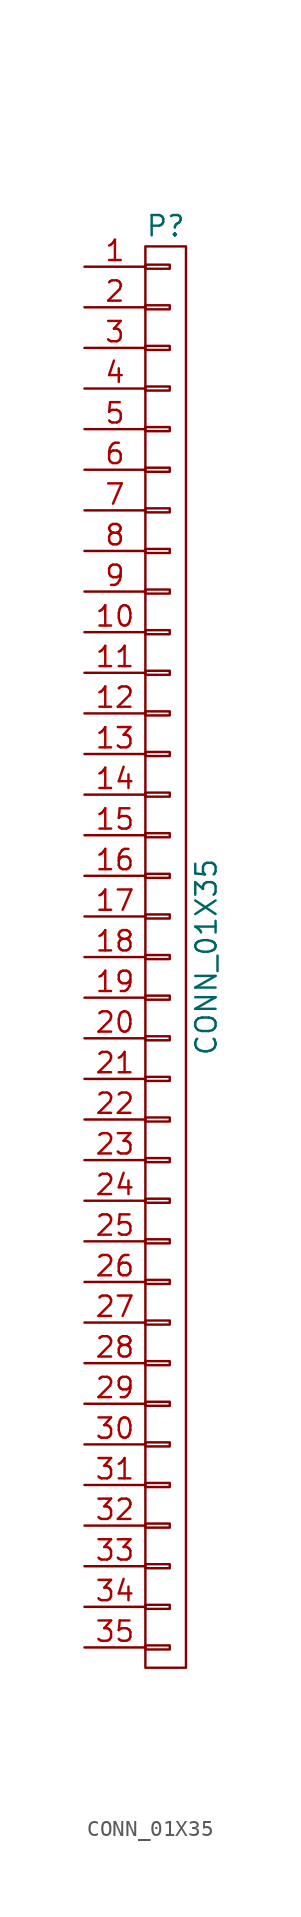
<source format=kicad_sym>
(kicad_symbol_lib
  (version 20231120)
  (generator "kicad_symbol_editor")
  (generator_version "8.0")
  (symbol "CONN_01X35"
    (pin_names
      (offset 1.016) hide)
    (property "Reference" "P"
      (at 0 45.72 0)
      (effects (font (size 1.27 1.27))))
    (property "Value" "CONN_01X35"
      (at 2.54 0 90)
      (effects (font (size 1.27 1.27))))
    (property "Footprint" ""
      (at 0 0 0)
      (effects (font (size 1.27 1.27))))
    (property "Datasheet" ""
      (at 0 0 0)
      (effects (font (size 1.27 1.27))))
    (symbol "CONN_01X35_0_1"
      (rectangle (start -1.27 -44.45) (end 1.27 44.45) (stroke (width 0) (type solid)) (fill (type none)))
      (rectangle (start -1.27 -43.053) (end 0.254 -43.307) (stroke (width 0) (type solid)) (fill (type none)))
      (rectangle (start -1.27 -40.513) (end 0.254 -40.767) (stroke (width 0) (type solid)) (fill (type none)))
      (rectangle (start -1.27 -37.973) (end 0.254 -38.227) (stroke (width 0) (type solid)) (fill (type none)))
      (rectangle (start -1.27 -35.433) (end 0.254 -35.687) (stroke (width 0) (type solid)) (fill (type none)))
      (rectangle (start -1.27 -32.893) (end 0.254 -33.147) (stroke (width 0) (type solid)) (fill (type none)))
      (rectangle (start -1.27 -30.353) (end 0.254 -30.607) (stroke (width 0) (type solid)) (fill (type none)))
      (rectangle (start -1.27 -27.813) (end 0.254 -28.067) (stroke (width 0) (type solid)) (fill (type none)))
      (rectangle (start -1.27 -25.273) (end 0.254 -25.527) (stroke (width 0) (type solid)) (fill (type none)))
      (rectangle (start -1.27 -22.733) (end 0.254 -22.987) (stroke (width 0) (type solid)) (fill (type none)))
      (rectangle (start -1.27 -20.193) (end 0.254 -20.447) (stroke (width 0) (type solid)) (fill (type none)))
      (rectangle (start -1.27 -17.653) (end 0.254 -17.907) (stroke (width 0) (type solid)) (fill (type none)))
      (rectangle (start -1.27 -15.113) (end 0.254 -15.367) (stroke (width 0) (type solid)) (fill (type none)))
      (rectangle (start -1.27 -12.573) (end 0.254 -12.827) (stroke (width 0) (type solid)) (fill (type none)))
      (rectangle (start -1.27 -10.033) (end 0.254 -10.287) (stroke (width 0) (type solid)) (fill (type none)))
      (rectangle (start -1.27 -7.493) (end 0.254 -7.747) (stroke (width 0) (type solid)) (fill (type none)))
      (rectangle (start -1.27 -4.953) (end 0.254 -5.207) (stroke (width 0) (type solid)) (fill (type none)))
      (rectangle (start -1.27 -2.413) (end 0.254 -2.667) (stroke (width 0) (type solid)) (fill (type none)))
      (rectangle (start -1.27 0.127) (end 0.254 -0.127) (stroke (width 0) (type solid)) (fill (type none)))
      (rectangle (start -1.27 2.667) (end 0.254 2.413) (stroke (width 0) (type solid)) (fill (type none)))
      (rectangle (start -1.27 5.207) (end 0.254 4.953) (stroke (width 0) (type solid)) (fill (type none)))
      (rectangle (start -1.27 7.747) (end 0.254 7.493) (stroke (width 0) (type solid)) (fill (type none)))
      (rectangle (start -1.27 10.287) (end 0.254 10.033) (stroke (width 0) (type solid)) (fill (type none)))
      (rectangle (start -1.27 12.827) (end 0.254 12.573) (stroke (width 0) (type solid)) (fill (type none)))
      (rectangle (start -1.27 15.367) (end 0.254 15.113) (stroke (width 0) (type solid)) (fill (type none)))
      (rectangle (start -1.27 17.907) (end 0.254 17.653) (stroke (width 0) (type solid)) (fill (type none)))
      (rectangle (start -1.27 20.447) (end 0.254 20.193) (stroke (width 0) (type solid)) (fill (type none)))
      (rectangle (start -1.27 22.987) (end 0.254 22.733) (stroke (width 0) (type solid)) (fill (type none)))
      (rectangle (start -1.27 25.527) (end 0.254 25.273) (stroke (width 0) (type solid)) (fill (type none)))
      (rectangle (start -1.27 28.067) (end 0.254 27.813) (stroke (width 0) (type solid)) (fill (type none)))
      (rectangle (start -1.27 30.607) (end 0.254 30.353) (stroke (width 0) (type solid)) (fill (type none)))
      (rectangle (start -1.27 33.147) (end 0.254 32.893) (stroke (width 0) (type solid)) (fill (type none)))
      (rectangle (start -1.27 35.687) (end 0.254 35.433) (stroke (width 0) (type solid)) (fill (type none)))
      (rectangle (start -1.27 38.227) (end 0.254 37.973) (stroke (width 0) (type solid)) (fill (type none)))
      (rectangle (start -1.27 40.767) (end 0.254 40.513) (stroke (width 0) (type solid)) (fill (type none)))
      (rectangle (start -1.27 43.307) (end 0.254 43.053) (stroke (width 0) (type solid)) (fill (type none))))
    (symbol "CONN_01X35_1_1"
      (pin passive line (at -5.08 43.18 0) (length 3.81) (name "P1" (effects (font (size 1.27 1.27)))) (number "1" (effects (font (size 1.27 1.27)))))
      (pin passive line (at -5.08 20.32 0) (length 3.81) (name "P10" (effects (font (size 1.27 1.27)))) (number "10" (effects (font (size 1.27 1.27)))))
      (pin passive line (at -5.08 17.78 0) (length 3.81) (name "P11" (effects (font (size 1.27 1.27)))) (number "11" (effects (font (size 1.27 1.27)))))
      (pin passive line (at -5.08 15.24 0) (length 3.81) (name "P12" (effects (font (size 1.27 1.27)))) (number "12" (effects (font (size 1.27 1.27)))))
      (pin passive line (at -5.08 12.7 0) (length 3.81) (name "P13" (effects (font (size 1.27 1.27)))) (number "13" (effects (font (size 1.27 1.27)))))
      (pin passive line (at -5.08 10.16 0) (length 3.81) (name "P14" (effects (font (size 1.27 1.27)))) (number "14" (effects (font (size 1.27 1.27)))))
      (pin passive line (at -5.08 7.62 0) (length 3.81) (name "P15" (effects (font (size 1.27 1.27)))) (number "15" (effects (font (size 1.27 1.27)))))
      (pin passive line (at -5.08 5.08 0) (length 3.81) (name "P16" (effects (font (size 1.27 1.27)))) (number "16" (effects (font (size 1.27 1.27)))))
      (pin passive line (at -5.08 2.54 0) (length 3.81) (name "P17" (effects (font (size 1.27 1.27)))) (number "17" (effects (font (size 1.27 1.27)))))
      (pin passive line (at -5.08 0 0) (length 3.81) (name "P18" (effects (font (size 1.27 1.27)))) (number "18" (effects (font (size 1.27 1.27)))))
      (pin passive line (at -5.08 -2.54 0) (length 3.81) (name "P19" (effects (font (size 1.27 1.27)))) (number "19" (effects (font (size 1.27 1.27)))))
      (pin passive line (at -5.08 40.64 0) (length 3.81) (name "P2" (effects (font (size 1.27 1.27)))) (number "2" (effects (font (size 1.27 1.27)))))
      (pin passive line (at -5.08 -5.08 0) (length 3.81) (name "P20" (effects (font (size 1.27 1.27)))) (number "20" (effects (font (size 1.27 1.27)))))
      (pin passive line (at -5.08 -7.62 0) (length 3.81) (name "P21" (effects (font (size 1.27 1.27)))) (number "21" (effects (font (size 1.27 1.27)))))
      (pin passive line (at -5.08 -10.16 0) (length 3.81) (name "P22" (effects (font (size 1.27 1.27)))) (number "22" (effects (font (size 1.27 1.27)))))
      (pin passive line (at -5.08 -12.7 0) (length 3.81) (name "P23" (effects (font (size 1.27 1.27)))) (number "23" (effects (font (size 1.27 1.27)))))
      (pin passive line (at -5.08 -15.24 0) (length 3.81) (name "P24" (effects (font (size 1.27 1.27)))) (number "24" (effects (font (size 1.27 1.27)))))
      (pin passive line (at -5.08 -17.78 0) (length 3.81) (name "P25" (effects (font (size 1.27 1.27)))) (number "25" (effects (font (size 1.27 1.27)))))
      (pin passive line (at -5.08 -20.32 0) (length 3.81) (name "P26" (effects (font (size 1.27 1.27)))) (number "26" (effects (font (size 1.27 1.27)))))
      (pin passive line (at -5.08 -22.86 0) (length 3.81) (name "P27" (effects (font (size 1.27 1.27)))) (number "27" (effects (font (size 1.27 1.27)))))
      (pin passive line (at -5.08 -25.4 0) (length 3.81) (name "P28" (effects (font (size 1.27 1.27)))) (number "28" (effects (font (size 1.27 1.27)))))
      (pin passive line (at -5.08 -27.94 0) (length 3.81) (name "P29" (effects (font (size 1.27 1.27)))) (number "29" (effects (font (size 1.27 1.27)))))
      (pin passive line (at -5.08 38.1 0) (length 3.81) (name "P3" (effects (font (size 1.27 1.27)))) (number "3" (effects (font (size 1.27 1.27)))))
      (pin passive line (at -5.08 -30.48 0) (length 3.81) (name "P30" (effects (font (size 1.27 1.27)))) (number "30" (effects (font (size 1.27 1.27)))))
      (pin passive line (at -5.08 -33.02 0) (length 3.81) (name "P31" (effects (font (size 1.27 1.27)))) (number "31" (effects (font (size 1.27 1.27)))))
      (pin passive line (at -5.08 -35.56 0) (length 3.81) (name "P32" (effects (font (size 1.27 1.27)))) (number "32" (effects (font (size 1.27 1.27)))))
      (pin passive line (at -5.08 -38.1 0) (length 3.81) (name "P33" (effects (font (size 1.27 1.27)))) (number "33" (effects (font (size 1.27 1.27)))))
      (pin passive line (at -5.08 -40.64 0) (length 3.81) (name "P34" (effects (font (size 1.27 1.27)))) (number "34" (effects (font (size 1.27 1.27)))))
      (pin passive line (at -5.08 -43.18 0) (length 3.81) (name "P35" (effects (font (size 1.27 1.27)))) (number "35" (effects (font (size 1.27 1.27)))))
      (pin passive line (at -5.08 35.56 0) (length 3.81) (name "P4" (effects (font (size 1.27 1.27)))) (number "4" (effects (font (size 1.27 1.27)))))
      (pin passive line (at -5.08 33.02 0) (length 3.81) (name "P5" (effects (font (size 1.27 1.27)))) (number "5" (effects (font (size 1.27 1.27)))))
      (pin passive line (at -5.08 30.48 0) (length 3.81) (name "P6" (effects (font (size 1.27 1.27)))) (number "6" (effects (font (size 1.27 1.27)))))
      (pin passive line (at -5.08 27.94 0) (length 3.81) (name "P7" (effects (font (size 1.27 1.27)))) (number "7" (effects (font (size 1.27 1.27)))))
      (pin passive line (at -5.08 25.4 0) (length 3.81) (name "P8" (effects (font (size 1.27 1.27)))) (number "8" (effects (font (size 1.27 1.27)))))
      (pin passive line (at -5.08 22.86 0) (length 3.81) (name "P9" (effects (font (size 1.27 1.27)))) (number "9" (effects (font (size 1.27 1.27))))))))
</source>
